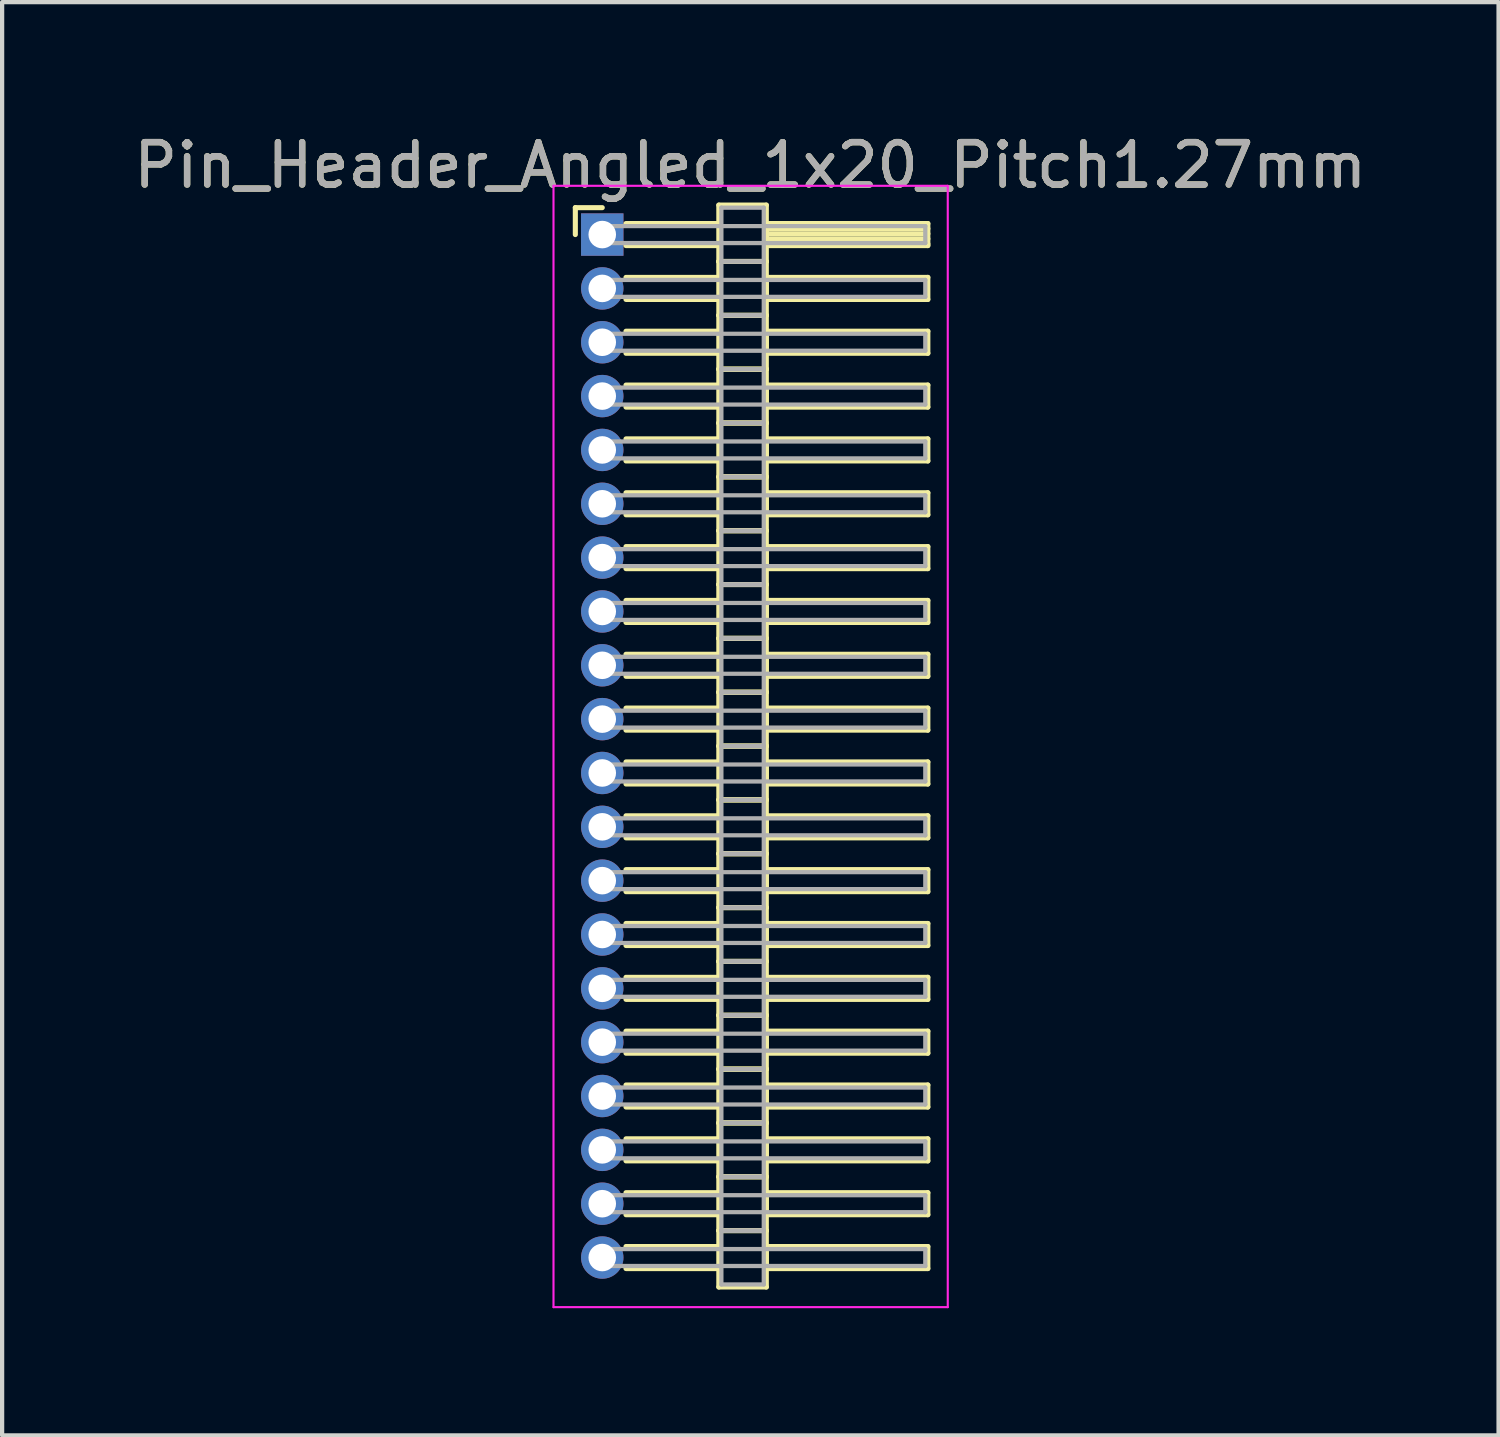
<source format=kicad_pcb>
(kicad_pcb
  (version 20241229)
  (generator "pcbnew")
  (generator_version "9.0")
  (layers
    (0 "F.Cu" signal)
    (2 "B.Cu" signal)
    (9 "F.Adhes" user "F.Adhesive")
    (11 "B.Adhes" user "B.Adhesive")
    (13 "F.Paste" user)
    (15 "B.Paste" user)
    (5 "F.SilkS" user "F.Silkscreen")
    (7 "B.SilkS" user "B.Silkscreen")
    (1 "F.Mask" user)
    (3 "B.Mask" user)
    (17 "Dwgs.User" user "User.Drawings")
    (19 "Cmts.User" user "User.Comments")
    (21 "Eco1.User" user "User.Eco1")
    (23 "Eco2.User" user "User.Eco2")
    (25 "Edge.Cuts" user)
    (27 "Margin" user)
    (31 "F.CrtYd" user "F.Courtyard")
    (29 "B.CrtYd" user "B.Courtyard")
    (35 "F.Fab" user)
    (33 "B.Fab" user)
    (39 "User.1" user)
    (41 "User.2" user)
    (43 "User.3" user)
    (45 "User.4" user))
  (footprint "Pin_Header_Angled_1x20_Pitch1.27mm"
    (layer "F.Cu")
    (at 11.156 2.483)
    (property "Reference" "Pin_Header_Angled_1x20_Pitch1.27mm" (at 3.493 -1.635 0) (layer "F.SilkS") (effects (font (size 1 1) (thickness 0.15))))
    (attr through_hole)
    (fp_line (start -0.635 -0.635) (end 0 -0.635) (stroke (width 0.12) (type solid)) (layer "F.SilkS"))
    (fp_line (start -0.635 0) (end -0.635 -0.635) (stroke (width 0.12) (type solid)) (layer "F.SilkS"))
    (fp_line (start 0.56 -0.26) (end 2.75 -0.26) (stroke (width 0.12) (type solid)) (layer "F.SilkS"))
    (fp_line (start 0.56 0.26) (end 2.75 0.26) (stroke (width 0.12) (type solid)) (layer "F.SilkS"))
    (fp_line (start 0.56 1.01) (end 2.75 1.01) (stroke (width 0.12) (type solid)) (layer "F.SilkS"))
    (fp_line (start 0.56 1.53) (end 2.75 1.53) (stroke (width 0.12) (type solid)) (layer "F.SilkS"))
    (fp_line (start 0.56 2.28) (end 2.75 2.28) (stroke (width 0.12) (type solid)) (layer "F.SilkS"))
    (fp_line (start 0.56 2.8) (end 2.75 2.8) (stroke (width 0.12) (type solid)) (layer "F.SilkS"))
    (fp_line (start 0.56 3.55) (end 2.75 3.55) (stroke (width 0.12) (type solid)) (layer "F.SilkS"))
    (fp_line (start 0.56 4.07) (end 2.75 4.07) (stroke (width 0.12) (type solid)) (layer "F.SilkS"))
    (fp_line (start 0.56 4.82) (end 2.75 4.82) (stroke (width 0.12) (type solid)) (layer "F.SilkS"))
    (fp_line (start 0.56 5.34) (end 2.75 5.34) (stroke (width 0.12) (type solid)) (layer "F.SilkS"))
    (fp_line (start 0.56 6.09) (end 2.75 6.09) (stroke (width 0.12) (type solid)) (layer "F.SilkS"))
    (fp_line (start 0.56 6.61) (end 2.75 6.61) (stroke (width 0.12) (type solid)) (layer "F.SilkS"))
    (fp_line (start 0.56 7.36) (end 2.75 7.36) (stroke (width 0.12) (type solid)) (layer "F.SilkS"))
    (fp_line (start 0.56 7.88) (end 2.75 7.88) (stroke (width 0.12) (type solid)) (layer "F.SilkS"))
    (fp_line (start 0.56 8.63) (end 2.75 8.63) (stroke (width 0.12) (type solid)) (layer "F.SilkS"))
    (fp_line (start 0.56 9.15) (end 2.75 9.15) (stroke (width 0.12) (type solid)) (layer "F.SilkS"))
    (fp_line (start 0.56 9.9) (end 2.75 9.9) (stroke (width 0.12) (type solid)) (layer "F.SilkS"))
    (fp_line (start 0.56 10.42) (end 2.75 10.42) (stroke (width 0.12) (type solid)) (layer "F.SilkS"))
    (fp_line (start 0.56 11.17) (end 2.75 11.17) (stroke (width 0.12) (type solid)) (layer "F.SilkS"))
    (fp_line (start 0.56 11.69) (end 2.75 11.69) (stroke (width 0.12) (type solid)) (layer "F.SilkS"))
    (fp_line (start 0.56 12.44) (end 2.75 12.44) (stroke (width 0.12) (type solid)) (layer "F.SilkS"))
    (fp_line (start 0.56 12.96) (end 2.75 12.96) (stroke (width 0.12) (type solid)) (layer "F.SilkS"))
    (fp_line (start 0.56 13.71) (end 2.75 13.71) (stroke (width 0.12) (type solid)) (layer "F.SilkS"))
    (fp_line (start 0.56 14.23) (end 2.75 14.23) (stroke (width 0.12) (type solid)) (layer "F.SilkS"))
    (fp_line (start 0.56 14.98) (end 2.75 14.98) (stroke (width 0.12) (type solid)) (layer "F.SilkS"))
    (fp_line (start 0.56 15.5) (end 2.75 15.5) (stroke (width 0.12) (type solid)) (layer "F.SilkS"))
    (fp_line (start 0.56 16.25) (end 2.75 16.25) (stroke (width 0.12) (type solid)) (layer "F.SilkS"))
    (fp_line (start 0.56 16.77) (end 2.75 16.77) (stroke (width 0.12) (type solid)) (layer "F.SilkS"))
    (fp_line (start 0.56 17.52) (end 2.75 17.52) (stroke (width 0.12) (type solid)) (layer "F.SilkS"))
    (fp_line (start 0.56 18.04) (end 2.75 18.04) (stroke (width 0.12) (type solid)) (layer "F.SilkS"))
    (fp_line (start 0.56 18.79) (end 2.75 18.79) (stroke (width 0.12) (type solid)) (layer "F.SilkS"))
    (fp_line (start 0.56 19.31) (end 2.75 19.31) (stroke (width 0.12) (type solid)) (layer "F.SilkS"))
    (fp_line (start 0.56 20.06) (end 2.75 20.06) (stroke (width 0.12) (type solid)) (layer "F.SilkS"))
    (fp_line (start 0.56 20.58) (end 2.75 20.58) (stroke (width 0.12) (type solid)) (layer "F.SilkS"))
    (fp_line (start 0.56 21.33) (end 2.75 21.33) (stroke (width 0.12) (type solid)) (layer "F.SilkS"))
    (fp_line (start 0.56 21.85) (end 2.75 21.85) (stroke (width 0.12) (type solid)) (layer "F.SilkS"))
    (fp_line (start 0.56 22.6) (end 2.75 22.6) (stroke (width 0.12) (type solid)) (layer "F.SilkS"))
    (fp_line (start 0.56 23.12) (end 2.75 23.12) (stroke (width 0.12) (type solid)) (layer "F.SilkS"))
    (fp_line (start 0.56 23.87) (end 2.75 23.87) (stroke (width 0.12) (type solid)) (layer "F.SilkS"))
    (fp_line (start 0.56 24.39) (end 2.75 24.39) (stroke (width 0.12) (type solid)) (layer "F.SilkS"))
    (fp_line (start 2.75 -0.695) (end 2.75 0.635) (stroke (width 0.12) (type solid)) (layer "F.SilkS"))
    (fp_line (start 2.75 0.635) (end 2.75 1.905) (stroke (width 0.12) (type solid)) (layer "F.SilkS"))
    (fp_line (start 2.75 0.635) (end 3.87 0.635) (stroke (width 0.12) (type solid)) (layer "F.SilkS"))
    (fp_line (start 2.75 1.905) (end 2.75 3.175) (stroke (width 0.12) (type solid)) (layer "F.SilkS"))
    (fp_line (start 2.75 1.905) (end 3.87 1.905) (stroke (width 0.12) (type solid)) (layer "F.SilkS"))
    (fp_line (start 2.75 3.175) (end 2.75 4.445) (stroke (width 0.12) (type solid)) (layer "F.SilkS"))
    (fp_line (start 2.75 3.175) (end 3.87 3.175) (stroke (width 0.12) (type solid)) (layer "F.SilkS"))
    (fp_line (start 2.75 4.445) (end 2.75 5.715) (stroke (width 0.12) (type solid)) (layer "F.SilkS"))
    (fp_line (start 2.75 4.445) (end 3.87 4.445) (stroke (width 0.12) (type solid)) (layer "F.SilkS"))
    (fp_line (start 2.75 5.715) (end 2.75 6.985) (stroke (width 0.12) (type solid)) (layer "F.SilkS"))
    (fp_line (start 2.75 5.715) (end 3.87 5.715) (stroke (width 0.12) (type solid)) (layer "F.SilkS"))
    (fp_line (start 2.75 6.985) (end 2.75 8.255) (stroke (width 0.12) (type solid)) (layer "F.SilkS"))
    (fp_line (start 2.75 6.985) (end 3.87 6.985) (stroke (width 0.12) (type solid)) (layer "F.SilkS"))
    (fp_line (start 2.75 8.255) (end 2.75 9.525) (stroke (width 0.12) (type solid)) (layer "F.SilkS"))
    (fp_line (start 2.75 8.255) (end 3.87 8.255) (stroke (width 0.12) (type solid)) (layer "F.SilkS"))
    (fp_line (start 2.75 9.525) (end 2.75 10.795) (stroke (width 0.12) (type solid)) (layer "F.SilkS"))
    (fp_line (start 2.75 9.525) (end 3.87 9.525) (stroke (width 0.12) (type solid)) (layer "F.SilkS"))
    (fp_line (start 2.75 10.795) (end 2.75 12.065) (stroke (width 0.12) (type solid)) (layer "F.SilkS"))
    (fp_line (start 2.75 10.795) (end 3.87 10.795) (stroke (width 0.12) (type solid)) (layer "F.SilkS"))
    (fp_line (start 2.75 12.065) (end 2.75 13.335) (stroke (width 0.12) (type solid)) (layer "F.SilkS"))
    (fp_line (start 2.75 12.065) (end 3.87 12.065) (stroke (width 0.12) (type solid)) (layer "F.SilkS"))
    (fp_line (start 2.75 13.335) (end 2.75 14.605) (stroke (width 0.12) (type solid)) (layer "F.SilkS"))
    (fp_line (start 2.75 13.335) (end 3.87 13.335) (stroke (width 0.12) (type solid)) (layer "F.SilkS"))
    (fp_line (start 2.75 14.605) (end 2.75 15.875) (stroke (width 0.12) (type solid)) (layer "F.SilkS"))
    (fp_line (start 2.75 14.605) (end 3.87 14.605) (stroke (width 0.12) (type solid)) (layer "F.SilkS"))
    (fp_line (start 2.75 15.875) (end 2.75 17.145) (stroke (width 0.12) (type solid)) (layer "F.SilkS"))
    (fp_line (start 2.75 15.875) (end 3.87 15.875) (stroke (width 0.12) (type solid)) (layer "F.SilkS"))
    (fp_line (start 2.75 17.145) (end 2.75 18.415) (stroke (width 0.12) (type solid)) (layer "F.SilkS"))
    (fp_line (start 2.75 17.145) (end 3.87 17.145) (stroke (width 0.12) (type solid)) (layer "F.SilkS"))
    (fp_line (start 2.75 18.415) (end 2.75 19.685) (stroke (width 0.12) (type solid)) (layer "F.SilkS"))
    (fp_line (start 2.75 18.415) (end 3.87 18.415) (stroke (width 0.12) (type solid)) (layer "F.SilkS"))
    (fp_line (start 2.75 19.685) (end 2.75 20.955) (stroke (width 0.12) (type solid)) (layer "F.SilkS"))
    (fp_line (start 2.75 19.685) (end 3.87 19.685) (stroke (width 0.12) (type solid)) (layer "F.SilkS"))
    (fp_line (start 2.75 20.955) (end 2.75 22.225) (stroke (width 0.12) (type solid)) (layer "F.SilkS"))
    (fp_line (start 2.75 20.955) (end 3.87 20.955) (stroke (width 0.12) (type solid)) (layer "F.SilkS"))
    (fp_line (start 2.75 22.225) (end 2.75 23.495) (stroke (width 0.12) (type solid)) (layer "F.SilkS"))
    (fp_line (start 2.75 22.225) (end 3.87 22.225) (stroke (width 0.12) (type solid)) (layer "F.SilkS"))
    (fp_line (start 2.75 23.495) (end 2.75 24.825) (stroke (width 0.12) (type solid)) (layer "F.SilkS"))
    (fp_line (start 2.75 23.495) (end 3.87 23.495) (stroke (width 0.12) (type solid)) (layer "F.SilkS"))
    (fp_line (start 2.75 24.825) (end 3.87 24.825) (stroke (width 0.12) (type solid)) (layer "F.SilkS"))
    (fp_line (start 3.87 -0.695) (end 2.75 -0.695) (stroke (width 0.12) (type solid)) (layer "F.SilkS"))
    (fp_line (start 3.87 -0.26) (end 3.87 0.26) (stroke (width 0.12) (type solid)) (layer "F.SilkS"))
    (fp_line (start 3.87 -0.14) (end 7.68 -0.14) (stroke (width 0.12) (type solid)) (layer "F.SilkS"))
    (fp_line (start 3.87 -0.02) (end 7.68 -0.02) (stroke (width 0.12) (type solid)) (layer "F.SilkS"))
    (fp_line (start 3.87 0.1) (end 7.68 0.1) (stroke (width 0.12) (type solid)) (layer "F.SilkS"))
    (fp_line (start 3.87 0.22) (end 7.68 0.22) (stroke (width 0.12) (type solid)) (layer "F.SilkS"))
    (fp_line (start 3.87 0.26) (end 7.68 0.26) (stroke (width 0.12) (type solid)) (layer "F.SilkS"))
    (fp_line (start 3.87 0.635) (end 2.75 0.635) (stroke (width 0.12) (type solid)) (layer "F.SilkS"))
    (fp_line (start 3.87 0.635) (end 3.87 -0.695) (stroke (width 0.12) (type solid)) (layer "F.SilkS"))
    (fp_line (start 3.87 1.01) (end 3.87 1.53) (stroke (width 0.12) (type solid)) (layer "F.SilkS"))
    (fp_line (start 3.87 1.53) (end 7.68 1.53) (stroke (width 0.12) (type solid)) (layer "F.SilkS"))
    (fp_line (start 3.87 1.905) (end 2.75 1.905) (stroke (width 0.12) (type solid)) (layer "F.SilkS"))
    (fp_line (start 3.87 1.905) (end 3.87 0.635) (stroke (width 0.12) (type solid)) (layer "F.SilkS"))
    (fp_line (start 3.87 2.28) (end 3.87 2.8) (stroke (width 0.12) (type solid)) (layer "F.SilkS"))
    (fp_line (start 3.87 2.8) (end 7.68 2.8) (stroke (width 0.12) (type solid)) (layer "F.SilkS"))
    (fp_line (start 3.87 3.175) (end 2.75 3.175) (stroke (width 0.12) (type solid)) (layer "F.SilkS"))
    (fp_line (start 3.87 3.175) (end 3.87 1.905) (stroke (width 0.12) (type solid)) (layer "F.SilkS"))
    (fp_line (start 3.87 3.55) (end 3.87 4.07) (stroke (width 0.12) (type solid)) (layer "F.SilkS"))
    (fp_line (start 3.87 4.07) (end 7.68 4.07) (stroke (width 0.12) (type solid)) (layer "F.SilkS"))
    (fp_line (start 3.87 4.445) (end 2.75 4.445) (stroke (width 0.12) (type solid)) (layer "F.SilkS"))
    (fp_line (start 3.87 4.445) (end 3.87 3.175) (stroke (width 0.12) (type solid)) (layer "F.SilkS"))
    (fp_line (start 3.87 4.82) (end 3.87 5.34) (stroke (width 0.12) (type solid)) (layer "F.SilkS"))
    (fp_line (start 3.87 5.34) (end 7.68 5.34) (stroke (width 0.12) (type solid)) (layer "F.SilkS"))
    (fp_line (start 3.87 5.715) (end 2.75 5.715) (stroke (width 0.12) (type solid)) (layer "F.SilkS"))
    (fp_line (start 3.87 5.715) (end 3.87 4.445) (stroke (width 0.12) (type solid)) (layer "F.SilkS"))
    (fp_line (start 3.87 6.09) (end 3.87 6.61) (stroke (width 0.12) (type solid)) (layer "F.SilkS"))
    (fp_line (start 3.87 6.61) (end 7.68 6.61) (stroke (width 0.12) (type solid)) (layer "F.SilkS"))
    (fp_line (start 3.87 6.985) (end 2.75 6.985) (stroke (width 0.12) (type solid)) (layer "F.SilkS"))
    (fp_line (start 3.87 6.985) (end 3.87 5.715) (stroke (width 0.12) (type solid)) (layer "F.SilkS"))
    (fp_line (start 3.87 7.36) (end 3.87 7.88) (stroke (width 0.12) (type solid)) (layer "F.SilkS"))
    (fp_line (start 3.87 7.88) (end 7.68 7.88) (stroke (width 0.12) (type solid)) (layer "F.SilkS"))
    (fp_line (start 3.87 8.255) (end 2.75 8.255) (stroke (width 0.12) (type solid)) (layer "F.SilkS"))
    (fp_line (start 3.87 8.255) (end 3.87 6.985) (stroke (width 0.12) (type solid)) (layer "F.SilkS"))
    (fp_line (start 3.87 8.63) (end 3.87 9.15) (stroke (width 0.12) (type solid)) (layer "F.SilkS"))
    (fp_line (start 3.87 9.15) (end 7.68 9.15) (stroke (width 0.12) (type solid)) (layer "F.SilkS"))
    (fp_line (start 3.87 9.525) (end 2.75 9.525) (stroke (width 0.12) (type solid)) (layer "F.SilkS"))
    (fp_line (start 3.87 9.525) (end 3.87 8.255) (stroke (width 0.12) (type solid)) (layer "F.SilkS"))
    (fp_line (start 3.87 9.9) (end 3.87 10.42) (stroke (width 0.12) (type solid)) (layer "F.SilkS"))
    (fp_line (start 3.87 10.42) (end 7.68 10.42) (stroke (width 0.12) (type solid)) (layer "F.SilkS"))
    (fp_line (start 3.87 10.795) (end 2.75 10.795) (stroke (width 0.12) (type solid)) (layer "F.SilkS"))
    (fp_line (start 3.87 10.795) (end 3.87 9.525) (stroke (width 0.12) (type solid)) (layer "F.SilkS"))
    (fp_line (start 3.87 11.17) (end 3.87 11.69) (stroke (width 0.12) (type solid)) (layer "F.SilkS"))
    (fp_line (start 3.87 11.69) (end 7.68 11.69) (stroke (width 0.12) (type solid)) (layer "F.SilkS"))
    (fp_line (start 3.87 12.065) (end 2.75 12.065) (stroke (width 0.12) (type solid)) (layer "F.SilkS"))
    (fp_line (start 3.87 12.065) (end 3.87 10.795) (stroke (width 0.12) (type solid)) (layer "F.SilkS"))
    (fp_line (start 3.87 12.44) (end 3.87 12.96) (stroke (width 0.12) (type solid)) (layer "F.SilkS"))
    (fp_line (start 3.87 12.96) (end 7.68 12.96) (stroke (width 0.12) (type solid)) (layer "F.SilkS"))
    (fp_line (start 3.87 13.335) (end 2.75 13.335) (stroke (width 0.12) (type solid)) (layer "F.SilkS"))
    (fp_line (start 3.87 13.335) (end 3.87 12.065) (stroke (width 0.12) (type solid)) (layer "F.SilkS"))
    (fp_line (start 3.87 13.71) (end 3.87 14.23) (stroke (width 0.12) (type solid)) (layer "F.SilkS"))
    (fp_line (start 3.87 14.23) (end 7.68 14.23) (stroke (width 0.12) (type solid)) (layer "F.SilkS"))
    (fp_line (start 3.87 14.605) (end 2.75 14.605) (stroke (width 0.12) (type solid)) (layer "F.SilkS"))
    (fp_line (start 3.87 14.605) (end 3.87 13.335) (stroke (width 0.12) (type solid)) (layer "F.SilkS"))
    (fp_line (start 3.87 14.98) (end 3.87 15.5) (stroke (width 0.12) (type solid)) (layer "F.SilkS"))
    (fp_line (start 3.87 15.5) (end 7.68 15.5) (stroke (width 0.12) (type solid)) (layer "F.SilkS"))
    (fp_line (start 3.87 15.875) (end 2.75 15.875) (stroke (width 0.12) (type solid)) (layer "F.SilkS"))
    (fp_line (start 3.87 15.875) (end 3.87 14.605) (stroke (width 0.12) (type solid)) (layer "F.SilkS"))
    (fp_line (start 3.87 16.25) (end 3.87 16.77) (stroke (width 0.12) (type solid)) (layer "F.SilkS"))
    (fp_line (start 3.87 16.77) (end 7.68 16.77) (stroke (width 0.12) (type solid)) (layer "F.SilkS"))
    (fp_line (start 3.87 17.145) (end 2.75 17.145) (stroke (width 0.12) (type solid)) (layer "F.SilkS"))
    (fp_line (start 3.87 17.145) (end 3.87 15.875) (stroke (width 0.12) (type solid)) (layer "F.SilkS"))
    (fp_line (start 3.87 17.52) (end 3.87 18.04) (stroke (width 0.12) (type solid)) (layer "F.SilkS"))
    (fp_line (start 3.87 18.04) (end 7.68 18.04) (stroke (width 0.12) (type solid)) (layer "F.SilkS"))
    (fp_line (start 3.87 18.415) (end 2.75 18.415) (stroke (width 0.12) (type solid)) (layer "F.SilkS"))
    (fp_line (start 3.87 18.415) (end 3.87 17.145) (stroke (width 0.12) (type solid)) (layer "F.SilkS"))
    (fp_line (start 3.87 18.79) (end 3.87 19.31) (stroke (width 0.12) (type solid)) (layer "F.SilkS"))
    (fp_line (start 3.87 19.31) (end 7.68 19.31) (stroke (width 0.12) (type solid)) (layer "F.SilkS"))
    (fp_line (start 3.87 19.685) (end 2.75 19.685) (stroke (width 0.12) (type solid)) (layer "F.SilkS"))
    (fp_line (start 3.87 19.685) (end 3.87 18.415) (stroke (width 0.12) (type solid)) (layer "F.SilkS"))
    (fp_line (start 3.87 20.06) (end 3.87 20.58) (stroke (width 0.12) (type solid)) (layer "F.SilkS"))
    (fp_line (start 3.87 20.58) (end 7.68 20.58) (stroke (width 0.12) (type solid)) (layer "F.SilkS"))
    (fp_line (start 3.87 20.955) (end 2.75 20.955) (stroke (width 0.12) (type solid)) (layer "F.SilkS"))
    (fp_line (start 3.87 20.955) (end 3.87 19.685) (stroke (width 0.12) (type solid)) (layer "F.SilkS"))
    (fp_line (start 3.87 21.33) (end 3.87 21.85) (stroke (width 0.12) (type solid)) (layer "F.SilkS"))
    (fp_line (start 3.87 21.85) (end 7.68 21.85) (stroke (width 0.12) (type solid)) (layer "F.SilkS"))
    (fp_line (start 3.87 22.225) (end 2.75 22.225) (stroke (width 0.12) (type solid)) (layer "F.SilkS"))
    (fp_line (start 3.87 22.225) (end 3.87 20.955) (stroke (width 0.12) (type solid)) (layer "F.SilkS"))
    (fp_line (start 3.87 22.6) (end 3.87 23.12) (stroke (width 0.12) (type solid)) (layer "F.SilkS"))
    (fp_line (start 3.87 23.12) (end 7.68 23.12) (stroke (width 0.12) (type solid)) (layer "F.SilkS"))
    (fp_line (start 3.87 23.495) (end 2.75 23.495) (stroke (width 0.12) (type solid)) (layer "F.SilkS"))
    (fp_line (start 3.87 23.495) (end 3.87 22.225) (stroke (width 0.12) (type solid)) (layer "F.SilkS"))
    (fp_line (start 3.87 23.87) (end 3.87 24.39) (stroke (width 0.12) (type solid)) (layer "F.SilkS"))
    (fp_line (start 3.87 24.39) (end 7.68 24.39) (stroke (width 0.12) (type solid)) (layer "F.SilkS"))
    (fp_line (start 3.87 24.825) (end 3.87 23.495) (stroke (width 0.12) (type solid)) (layer "F.SilkS"))
    (fp_line (start 7.68 -0.26) (end 3.87 -0.26) (stroke (width 0.12) (type solid)) (layer "F.SilkS"))
    (fp_line (start 7.68 0.26) (end 7.68 -0.26) (stroke (width 0.12) (type solid)) (layer "F.SilkS"))
    (fp_line (start 7.68 1.01) (end 3.87 1.01) (stroke (width 0.12) (type solid)) (layer "F.SilkS"))
    (fp_line (start 7.68 1.53) (end 7.68 1.01) (stroke (width 0.12) (type solid)) (layer "F.SilkS"))
    (fp_line (start 7.68 2.28) (end 3.87 2.28) (stroke (width 0.12) (type solid)) (layer "F.SilkS"))
    (fp_line (start 7.68 2.8) (end 7.68 2.28) (stroke (width 0.12) (type solid)) (layer "F.SilkS"))
    (fp_line (start 7.68 3.55) (end 3.87 3.55) (stroke (width 0.12) (type solid)) (layer "F.SilkS"))
    (fp_line (start 7.68 4.07) (end 7.68 3.55) (stroke (width 0.12) (type solid)) (layer "F.SilkS"))
    (fp_line (start 7.68 4.82) (end 3.87 4.82) (stroke (width 0.12) (type solid)) (layer "F.SilkS"))
    (fp_line (start 7.68 5.34) (end 7.68 4.82) (stroke (width 0.12) (type solid)) (layer "F.SilkS"))
    (fp_line (start 7.68 6.09) (end 3.87 6.09) (stroke (width 0.12) (type solid)) (layer "F.SilkS"))
    (fp_line (start 7.68 6.61) (end 7.68 6.09) (stroke (width 0.12) (type solid)) (layer "F.SilkS"))
    (fp_line (start 7.68 7.36) (end 3.87 7.36) (stroke (width 0.12) (type solid)) (layer "F.SilkS"))
    (fp_line (start 7.68 7.88) (end 7.68 7.36) (stroke (width 0.12) (type solid)) (layer "F.SilkS"))
    (fp_line (start 7.68 8.63) (end 3.87 8.63) (stroke (width 0.12) (type solid)) (layer "F.SilkS"))
    (fp_line (start 7.68 9.15) (end 7.68 8.63) (stroke (width 0.12) (type solid)) (layer "F.SilkS"))
    (fp_line (start 7.68 9.9) (end 3.87 9.9) (stroke (width 0.12) (type solid)) (layer "F.SilkS"))
    (fp_line (start 7.68 10.42) (end 7.68 9.9) (stroke (width 0.12) (type solid)) (layer "F.SilkS"))
    (fp_line (start 7.68 11.17) (end 3.87 11.17) (stroke (width 0.12) (type solid)) (layer "F.SilkS"))
    (fp_line (start 7.68 11.69) (end 7.68 11.17) (stroke (width 0.12) (type solid)) (layer "F.SilkS"))
    (fp_line (start 7.68 12.44) (end 3.87 12.44) (stroke (width 0.12) (type solid)) (layer "F.SilkS"))
    (fp_line (start 7.68 12.96) (end 7.68 12.44) (stroke (width 0.12) (type solid)) (layer "F.SilkS"))
    (fp_line (start 7.68 13.71) (end 3.87 13.71) (stroke (width 0.12) (type solid)) (layer "F.SilkS"))
    (fp_line (start 7.68 14.23) (end 7.68 13.71) (stroke (width 0.12) (type solid)) (layer "F.SilkS"))
    (fp_line (start 7.68 14.98) (end 3.87 14.98) (stroke (width 0.12) (type solid)) (layer "F.SilkS"))
    (fp_line (start 7.68 15.5) (end 7.68 14.98) (stroke (width 0.12) (type solid)) (layer "F.SilkS"))
    (fp_line (start 7.68 16.25) (end 3.87 16.25) (stroke (width 0.12) (type solid)) (layer "F.SilkS"))
    (fp_line (start 7.68 16.77) (end 7.68 16.25) (stroke (width 0.12) (type solid)) (layer "F.SilkS"))
    (fp_line (start 7.68 17.52) (end 3.87 17.52) (stroke (width 0.12) (type solid)) (layer "F.SilkS"))
    (fp_line (start 7.68 18.04) (end 7.68 17.52) (stroke (width 0.12) (type solid)) (layer "F.SilkS"))
    (fp_line (start 7.68 18.79) (end 3.87 18.79) (stroke (width 0.12) (type solid)) (layer "F.SilkS"))
    (fp_line (start 7.68 19.31) (end 7.68 18.79) (stroke (width 0.12) (type solid)) (layer "F.SilkS"))
    (fp_line (start 7.68 20.06) (end 3.87 20.06) (stroke (width 0.12) (type solid)) (layer "F.SilkS"))
    (fp_line (start 7.68 20.58) (end 7.68 20.06) (stroke (width 0.12) (type solid)) (layer "F.SilkS"))
    (fp_line (start 7.68 21.33) (end 3.87 21.33) (stroke (width 0.12) (type solid)) (layer "F.SilkS"))
    (fp_line (start 7.68 21.85) (end 7.68 21.33) (stroke (width 0.12) (type solid)) (layer "F.SilkS"))
    (fp_line (start 7.68 22.6) (end 3.87 22.6) (stroke (width 0.12) (type solid)) (layer "F.SilkS"))
    (fp_line (start 7.68 23.12) (end 7.68 22.6) (stroke (width 0.12) (type solid)) (layer "F.SilkS"))
    (fp_line (start 7.68 23.87) (end 3.87 23.87) (stroke (width 0.12) (type solid)) (layer "F.SilkS"))
    (fp_line (start 7.68 24.39) (end 7.68 23.87) (stroke (width 0.12) (type solid)) (layer "F.SilkS"))
    (fp_line (start -1.15 -1.15) (end -1.15 25.3) (stroke (width 0.05) (type solid)) (layer "F.CrtYd"))
    (fp_line (start -1.15 25.3) (end 8.15 25.3) (stroke (width 0.05) (type solid)) (layer "F.CrtYd"))
    (fp_line (start 8.15 -1.15) (end -1.15 -1.15) (stroke (width 0.05) (type solid)) (layer "F.CrtYd"))
    (fp_line (start 8.15 25.3) (end 8.15 -1.15) (stroke (width 0.05) (type solid)) (layer "F.CrtYd"))
    (fp_line (start 0 -0.2) (end 0 0.2) (stroke (width 0.1) (type solid)) (layer "F.Fab"))
    (fp_line (start 0 0.2) (end 7.62 0.2) (stroke (width 0.1) (type solid)) (layer "F.Fab"))
    (fp_line (start 0 1.07) (end 0 1.47) (stroke (width 0.1) (type solid)) (layer "F.Fab"))
    (fp_line (start 0 1.47) (end 7.62 1.47) (stroke (width 0.1) (type solid)) (layer "F.Fab"))
    (fp_line (start 0 2.34) (end 0 2.74) (stroke (width 0.1) (type solid)) (layer "F.Fab"))
    (fp_line (start 0 2.74) (end 7.62 2.74) (stroke (width 0.1) (type solid)) (layer "F.Fab"))
    (fp_line (start 0 3.61) (end 0 4.01) (stroke (width 0.1) (type solid)) (layer "F.Fab"))
    (fp_line (start 0 4.01) (end 7.62 4.01) (stroke (width 0.1) (type solid)) (layer "F.Fab"))
    (fp_line (start 0 4.88) (end 0 5.28) (stroke (width 0.1) (type solid)) (layer "F.Fab"))
    (fp_line (start 0 5.28) (end 7.62 5.28) (stroke (width 0.1) (type solid)) (layer "F.Fab"))
    (fp_line (start 0 6.15) (end 0 6.55) (stroke (width 0.1) (type solid)) (layer "F.Fab"))
    (fp_line (start 0 6.55) (end 7.62 6.55) (stroke (width 0.1) (type solid)) (layer "F.Fab"))
    (fp_line (start 0 7.42) (end 0 7.82) (stroke (width 0.1) (type solid)) (layer "F.Fab"))
    (fp_line (start 0 7.82) (end 7.62 7.82) (stroke (width 0.1) (type solid)) (layer "F.Fab"))
    (fp_line (start 0 8.69) (end 0 9.09) (stroke (width 0.1) (type solid)) (layer "F.Fab"))
    (fp_line (start 0 9.09) (end 7.62 9.09) (stroke (width 0.1) (type solid)) (layer "F.Fab"))
    (fp_line (start 0 9.96) (end 0 10.36) (stroke (width 0.1) (type solid)) (layer "F.Fab"))
    (fp_line (start 0 10.36) (end 7.62 10.36) (stroke (width 0.1) (type solid)) (layer "F.Fab"))
    (fp_line (start 0 11.23) (end 0 11.63) (stroke (width 0.1) (type solid)) (layer "F.Fab"))
    (fp_line (start 0 11.63) (end 7.62 11.63) (stroke (width 0.1) (type solid)) (layer "F.Fab"))
    (fp_line (start 0 12.5) (end 0 12.9) (stroke (width 0.1) (type solid)) (layer "F.Fab"))
    (fp_line (start 0 12.9) (end 7.62 12.9) (stroke (width 0.1) (type solid)) (layer "F.Fab"))
    (fp_line (start 0 13.77) (end 0 14.17) (stroke (width 0.1) (type solid)) (layer "F.Fab"))
    (fp_line (start 0 14.17) (end 7.62 14.17) (stroke (width 0.1) (type solid)) (layer "F.Fab"))
    (fp_line (start 0 15.04) (end 0 15.44) (stroke (width 0.1) (type solid)) (layer "F.Fab"))
    (fp_line (start 0 15.44) (end 7.62 15.44) (stroke (width 0.1) (type solid)) (layer "F.Fab"))
    (fp_line (start 0 16.31) (end 0 16.71) (stroke (width 0.1) (type solid)) (layer "F.Fab"))
    (fp_line (start 0 16.71) (end 7.62 16.71) (stroke (width 0.1) (type solid)) (layer "F.Fab"))
    (fp_line (start 0 17.58) (end 0 17.98) (stroke (width 0.1) (type solid)) (layer "F.Fab"))
    (fp_line (start 0 17.98) (end 7.62 17.98) (stroke (width 0.1) (type solid)) (layer "F.Fab"))
    (fp_line (start 0 18.85) (end 0 19.25) (stroke (width 0.1) (type solid)) (layer "F.Fab"))
    (fp_line (start 0 19.25) (end 7.62 19.25) (stroke (width 0.1) (type solid)) (layer "F.Fab"))
    (fp_line (start 0 20.12) (end 0 20.52) (stroke (width 0.1) (type solid)) (layer "F.Fab"))
    (fp_line (start 0 20.52) (end 7.62 20.52) (stroke (width 0.1) (type solid)) (layer "F.Fab"))
    (fp_line (start 0 21.39) (end 0 21.79) (stroke (width 0.1) (type solid)) (layer "F.Fab"))
    (fp_line (start 0 21.79) (end 7.62 21.79) (stroke (width 0.1) (type solid)) (layer "F.Fab"))
    (fp_line (start 0 22.66) (end 0 23.06) (stroke (width 0.1) (type solid)) (layer "F.Fab"))
    (fp_line (start 0 23.06) (end 7.62 23.06) (stroke (width 0.1) (type solid)) (layer "F.Fab"))
    (fp_line (start 0 23.93) (end 0 24.33) (stroke (width 0.1) (type solid)) (layer "F.Fab"))
    (fp_line (start 0 24.33) (end 7.62 24.33) (stroke (width 0.1) (type solid)) (layer "F.Fab"))
    (fp_line (start 2.81 -0.635) (end 2.81 0.635) (stroke (width 0.1) (type solid)) (layer "F.Fab"))
    (fp_line (start 2.81 0.635) (end 2.81 1.905) (stroke (width 0.1) (type solid)) (layer "F.Fab"))
    (fp_line (start 2.81 0.635) (end 3.81 0.635) (stroke (width 0.1) (type solid)) (layer "F.Fab"))
    (fp_line (start 2.81 1.905) (end 2.81 3.175) (stroke (width 0.1) (type solid)) (layer "F.Fab"))
    (fp_line (start 2.81 1.905) (end 3.81 1.905) (stroke (width 0.1) (type solid)) (layer "F.Fab"))
    (fp_line (start 2.81 3.175) (end 2.81 4.445) (stroke (width 0.1) (type solid)) (layer "F.Fab"))
    (fp_line (start 2.81 3.175) (end 3.81 3.175) (stroke (width 0.1) (type solid)) (layer "F.Fab"))
    (fp_line (start 2.81 4.445) (end 2.81 5.715) (stroke (width 0.1) (type solid)) (layer "F.Fab"))
    (fp_line (start 2.81 4.445) (end 3.81 4.445) (stroke (width 0.1) (type solid)) (layer "F.Fab"))
    (fp_line (start 2.81 5.715) (end 2.81 6.985) (stroke (width 0.1) (type solid)) (layer "F.Fab"))
    (fp_line (start 2.81 5.715) (end 3.81 5.715) (stroke (width 0.1) (type solid)) (layer "F.Fab"))
    (fp_line (start 2.81 6.985) (end 2.81 8.255) (stroke (width 0.1) (type solid)) (layer "F.Fab"))
    (fp_line (start 2.81 6.985) (end 3.81 6.985) (stroke (width 0.1) (type solid)) (layer "F.Fab"))
    (fp_line (start 2.81 8.255) (end 2.81 9.525) (stroke (width 0.1) (type solid)) (layer "F.Fab"))
    (fp_line (start 2.81 8.255) (end 3.81 8.255) (stroke (width 0.1) (type solid)) (layer "F.Fab"))
    (fp_line (start 2.81 9.525) (end 2.81 10.795) (stroke (width 0.1) (type solid)) (layer "F.Fab"))
    (fp_line (start 2.81 9.525) (end 3.81 9.525) (stroke (width 0.1) (type solid)) (layer "F.Fab"))
    (fp_line (start 2.81 10.795) (end 2.81 12.065) (stroke (width 0.1) (type solid)) (layer "F.Fab"))
    (fp_line (start 2.81 10.795) (end 3.81 10.795) (stroke (width 0.1) (type solid)) (layer "F.Fab"))
    (fp_line (start 2.81 12.065) (end 2.81 13.335) (stroke (width 0.1) (type solid)) (layer "F.Fab"))
    (fp_line (start 2.81 12.065) (end 3.81 12.065) (stroke (width 0.1) (type solid)) (layer "F.Fab"))
    (fp_line (start 2.81 13.335) (end 2.81 14.605) (stroke (width 0.1) (type solid)) (layer "F.Fab"))
    (fp_line (start 2.81 13.335) (end 3.81 13.335) (stroke (width 0.1) (type solid)) (layer "F.Fab"))
    (fp_line (start 2.81 14.605) (end 2.81 15.875) (stroke (width 0.1) (type solid)) (layer "F.Fab"))
    (fp_line (start 2.81 14.605) (end 3.81 14.605) (stroke (width 0.1) (type solid)) (layer "F.Fab"))
    (fp_line (start 2.81 15.875) (end 2.81 17.145) (stroke (width 0.1) (type solid)) (layer "F.Fab"))
    (fp_line (start 2.81 15.875) (end 3.81 15.875) (stroke (width 0.1) (type solid)) (layer "F.Fab"))
    (fp_line (start 2.81 17.145) (end 2.81 18.415) (stroke (width 0.1) (type solid)) (layer "F.Fab"))
    (fp_line (start 2.81 17.145) (end 3.81 17.145) (stroke (width 0.1) (type solid)) (layer "F.Fab"))
    (fp_line (start 2.81 18.415) (end 2.81 19.685) (stroke (width 0.1) (type solid)) (layer "F.Fab"))
    (fp_line (start 2.81 18.415) (end 3.81 18.415) (stroke (width 0.1) (type solid)) (layer "F.Fab"))
    (fp_line (start 2.81 19.685) (end 2.81 20.955) (stroke (width 0.1) (type solid)) (layer "F.Fab"))
    (fp_line (start 2.81 19.685) (end 3.81 19.685) (stroke (width 0.1) (type solid)) (layer "F.Fab"))
    (fp_line (start 2.81 20.955) (end 2.81 22.225) (stroke (width 0.1) (type solid)) (layer "F.Fab"))
    (fp_line (start 2.81 20.955) (end 3.81 20.955) (stroke (width 0.1) (type solid)) (layer "F.Fab"))
    (fp_line (start 2.81 22.225) (end 2.81 23.495) (stroke (width 0.1) (type solid)) (layer "F.Fab"))
    (fp_line (start 2.81 22.225) (end 3.81 22.225) (stroke (width 0.1) (type solid)) (layer "F.Fab"))
    (fp_line (start 2.81 23.495) (end 2.81 24.765) (stroke (width 0.1) (type solid)) (layer "F.Fab"))
    (fp_line (start 2.81 23.495) (end 3.81 23.495) (stroke (width 0.1) (type solid)) (layer "F.Fab"))
    (fp_line (start 2.81 24.765) (end 3.81 24.765) (stroke (width 0.1) (type solid)) (layer "F.Fab"))
    (fp_line (start 3.81 -0.635) (end 2.81 -0.635) (stroke (width 0.1) (type solid)) (layer "F.Fab"))
    (fp_line (start 3.81 0.635) (end 2.81 0.635) (stroke (width 0.1) (type solid)) (layer "F.Fab"))
    (fp_line (start 3.81 0.635) (end 3.81 -0.635) (stroke (width 0.1) (type solid)) (layer "F.Fab"))
    (fp_line (start 3.81 1.905) (end 2.81 1.905) (stroke (width 0.1) (type solid)) (layer "F.Fab"))
    (fp_line (start 3.81 1.905) (end 3.81 0.635) (stroke (width 0.1) (type solid)) (layer "F.Fab"))
    (fp_line (start 3.81 3.175) (end 2.81 3.175) (stroke (width 0.1) (type solid)) (layer "F.Fab"))
    (fp_line (start 3.81 3.175) (end 3.81 1.905) (stroke (width 0.1) (type solid)) (layer "F.Fab"))
    (fp_line (start 3.81 4.445) (end 2.81 4.445) (stroke (width 0.1) (type solid)) (layer "F.Fab"))
    (fp_line (start 3.81 4.445) (end 3.81 3.175) (stroke (width 0.1) (type solid)) (layer "F.Fab"))
    (fp_line (start 3.81 5.715) (end 2.81 5.715) (stroke (width 0.1) (type solid)) (layer "F.Fab"))
    (fp_line (start 3.81 5.715) (end 3.81 4.445) (stroke (width 0.1) (type solid)) (layer "F.Fab"))
    (fp_line (start 3.81 6.985) (end 2.81 6.985) (stroke (width 0.1) (type solid)) (layer "F.Fab"))
    (fp_line (start 3.81 6.985) (end 3.81 5.715) (stroke (width 0.1) (type solid)) (layer "F.Fab"))
    (fp_line (start 3.81 8.255) (end 2.81 8.255) (stroke (width 0.1) (type solid)) (layer "F.Fab"))
    (fp_line (start 3.81 8.255) (end 3.81 6.985) (stroke (width 0.1) (type solid)) (layer "F.Fab"))
    (fp_line (start 3.81 9.525) (end 2.81 9.525) (stroke (width 0.1) (type solid)) (layer "F.Fab"))
    (fp_line (start 3.81 9.525) (end 3.81 8.255) (stroke (width 0.1) (type solid)) (layer "F.Fab"))
    (fp_line (start 3.81 10.795) (end 2.81 10.795) (stroke (width 0.1) (type solid)) (layer "F.Fab"))
    (fp_line (start 3.81 10.795) (end 3.81 9.525) (stroke (width 0.1) (type solid)) (layer "F.Fab"))
    (fp_line (start 3.81 12.065) (end 2.81 12.065) (stroke (width 0.1) (type solid)) (layer "F.Fab"))
    (fp_line (start 3.81 12.065) (end 3.81 10.795) (stroke (width 0.1) (type solid)) (layer "F.Fab"))
    (fp_line (start 3.81 13.335) (end 2.81 13.335) (stroke (width 0.1) (type solid)) (layer "F.Fab"))
    (fp_line (start 3.81 13.335) (end 3.81 12.065) (stroke (width 0.1) (type solid)) (layer "F.Fab"))
    (fp_line (start 3.81 14.605) (end 2.81 14.605) (stroke (width 0.1) (type solid)) (layer "F.Fab"))
    (fp_line (start 3.81 14.605) (end 3.81 13.335) (stroke (width 0.1) (type solid)) (layer "F.Fab"))
    (fp_line (start 3.81 15.875) (end 2.81 15.875) (stroke (width 0.1) (type solid)) (layer "F.Fab"))
    (fp_line (start 3.81 15.875) (end 3.81 14.605) (stroke (width 0.1) (type solid)) (layer "F.Fab"))
    (fp_line (start 3.81 17.145) (end 2.81 17.145) (stroke (width 0.1) (type solid)) (layer "F.Fab"))
    (fp_line (start 3.81 17.145) (end 3.81 15.875) (stroke (width 0.1) (type solid)) (layer "F.Fab"))
    (fp_line (start 3.81 18.415) (end 2.81 18.415) (stroke (width 0.1) (type solid)) (layer "F.Fab"))
    (fp_line (start 3.81 18.415) (end 3.81 17.145) (stroke (width 0.1) (type solid)) (layer "F.Fab"))
    (fp_line (start 3.81 19.685) (end 2.81 19.685) (stroke (width 0.1) (type solid)) (layer "F.Fab"))
    (fp_line (start 3.81 19.685) (end 3.81 18.415) (stroke (width 0.1) (type solid)) (layer "F.Fab"))
    (fp_line (start 3.81 20.955) (end 2.81 20.955) (stroke (width 0.1) (type solid)) (layer "F.Fab"))
    (fp_line (start 3.81 20.955) (end 3.81 19.685) (stroke (width 0.1) (type solid)) (layer "F.Fab"))
    (fp_line (start 3.81 22.225) (end 2.81 22.225) (stroke (width 0.1) (type solid)) (layer "F.Fab"))
    (fp_line (start 3.81 22.225) (end 3.81 20.955) (stroke (width 0.1) (type solid)) (layer "F.Fab"))
    (fp_line (start 3.81 23.495) (end 2.81 23.495) (stroke (width 0.1) (type solid)) (layer "F.Fab"))
    (fp_line (start 3.81 23.495) (end 3.81 22.225) (stroke (width 0.1) (type solid)) (layer "F.Fab"))
    (fp_line (start 3.81 24.765) (end 3.81 23.495) (stroke (width 0.1) (type solid)) (layer "F.Fab"))
    (fp_line (start 7.62 -0.2) (end 0 -0.2) (stroke (width 0.1) (type solid)) (layer "F.Fab"))
    (fp_line (start 7.62 0.2) (end 7.62 -0.2) (stroke (width 0.1) (type solid)) (layer "F.Fab"))
    (fp_line (start 7.62 1.07) (end 0 1.07) (stroke (width 0.1) (type solid)) (layer "F.Fab"))
    (fp_line (start 7.62 1.47) (end 7.62 1.07) (stroke (width 0.1) (type solid)) (layer "F.Fab"))
    (fp_line (start 7.62 2.34) (end 0 2.34) (stroke (width 0.1) (type solid)) (layer "F.Fab"))
    (fp_line (start 7.62 2.74) (end 7.62 2.34) (stroke (width 0.1) (type solid)) (layer "F.Fab"))
    (fp_line (start 7.62 3.61) (end 0 3.61) (stroke (width 0.1) (type solid)) (layer "F.Fab"))
    (fp_line (start 7.62 4.01) (end 7.62 3.61) (stroke (width 0.1) (type solid)) (layer "F.Fab"))
    (fp_line (start 7.62 4.88) (end 0 4.88) (stroke (width 0.1) (type solid)) (layer "F.Fab"))
    (fp_line (start 7.62 5.28) (end 7.62 4.88) (stroke (width 0.1) (type solid)) (layer "F.Fab"))
    (fp_line (start 7.62 6.15) (end 0 6.15) (stroke (width 0.1) (type solid)) (layer "F.Fab"))
    (fp_line (start 7.62 6.55) (end 7.62 6.15) (stroke (width 0.1) (type solid)) (layer "F.Fab"))
    (fp_line (start 7.62 7.42) (end 0 7.42) (stroke (width 0.1) (type solid)) (layer "F.Fab"))
    (fp_line (start 7.62 7.82) (end 7.62 7.42) (stroke (width 0.1) (type solid)) (layer "F.Fab"))
    (fp_line (start 7.62 8.69) (end 0 8.69) (stroke (width 0.1) (type solid)) (layer "F.Fab"))
    (fp_line (start 7.62 9.09) (end 7.62 8.69) (stroke (width 0.1) (type solid)) (layer "F.Fab"))
    (fp_line (start 7.62 9.96) (end 0 9.96) (stroke (width 0.1) (type solid)) (layer "F.Fab"))
    (fp_line (start 7.62 10.36) (end 7.62 9.96) (stroke (width 0.1) (type solid)) (layer "F.Fab"))
    (fp_line (start 7.62 11.23) (end 0 11.23) (stroke (width 0.1) (type solid)) (layer "F.Fab"))
    (fp_line (start 7.62 11.63) (end 7.62 11.23) (stroke (width 0.1) (type solid)) (layer "F.Fab"))
    (fp_line (start 7.62 12.5) (end 0 12.5) (stroke (width 0.1) (type solid)) (layer "F.Fab"))
    (fp_line (start 7.62 12.9) (end 7.62 12.5) (stroke (width 0.1) (type solid)) (layer "F.Fab"))
    (fp_line (start 7.62 13.77) (end 0 13.77) (stroke (width 0.1) (type solid)) (layer "F.Fab"))
    (fp_line (start 7.62 14.17) (end 7.62 13.77) (stroke (width 0.1) (type solid)) (layer "F.Fab"))
    (fp_line (start 7.62 15.04) (end 0 15.04) (stroke (width 0.1) (type solid)) (layer "F.Fab"))
    (fp_line (start 7.62 15.44) (end 7.62 15.04) (stroke (width 0.1) (type solid)) (layer "F.Fab"))
    (fp_line (start 7.62 16.31) (end 0 16.31) (stroke (width 0.1) (type solid)) (layer "F.Fab"))
    (fp_line (start 7.62 16.71) (end 7.62 16.31) (stroke (width 0.1) (type solid)) (layer "F.Fab"))
    (fp_line (start 7.62 17.58) (end 0 17.58) (stroke (width 0.1) (type solid)) (layer "F.Fab"))
    (fp_line (start 7.62 17.98) (end 7.62 17.58) (stroke (width 0.1) (type solid)) (layer "F.Fab"))
    (fp_line (start 7.62 18.85) (end 0 18.85) (stroke (width 0.1) (type solid)) (layer "F.Fab"))
    (fp_line (start 7.62 19.25) (end 7.62 18.85) (stroke (width 0.1) (type solid)) (layer "F.Fab"))
    (fp_line (start 7.62 20.12) (end 0 20.12) (stroke (width 0.1) (type solid)) (layer "F.Fab"))
    (fp_line (start 7.62 20.52) (end 7.62 20.12) (stroke (width 0.1) (type solid)) (layer "F.Fab"))
    (fp_line (start 7.62 21.39) (end 0 21.39) (stroke (width 0.1) (type solid)) (layer "F.Fab"))
    (fp_line (start 7.62 21.79) (end 7.62 21.39) (stroke (width 0.1) (type solid)) (layer "F.Fab"))
    (fp_line (start 7.62 22.66) (end 0 22.66) (stroke (width 0.1) (type solid)) (layer "F.Fab"))
    (fp_line (start 7.62 23.06) (end 7.62 22.66) (stroke (width 0.1) (type solid)) (layer "F.Fab"))
    (fp_line (start 7.62 23.93) (end 0 23.93) (stroke (width 0.1) (type solid)) (layer "F.Fab"))
    (fp_line (start 7.62 24.33) (end 7.62 23.93) (stroke (width 0.1) (type solid)) (layer "F.Fab"))
    (fp_text user "${REFERENCE}" (at 3.493 -1.635 0) (layer "F.Fab") (effects (font (size 1 1) (thickness 0.15))))
    (pad "1" thru_hole rect (at 0 0) (size 1 1) (drill 0.65) (layers "*.Cu" "*.Mask"))
    (pad "2" thru_hole oval (at 0 1.27) (size 1 1) (drill 0.65) (layers "*.Cu" "*.Mask"))
    (pad "3" thru_hole oval (at 0 2.54) (size 1 1) (drill 0.65) (layers "*.Cu" "*.Mask"))
    (pad "4" thru_hole oval (at 0 3.81) (size 1 1) (drill 0.65) (layers "*.Cu" "*.Mask"))
    (pad "5" thru_hole oval (at 0 5.08) (size 1 1) (drill 0.65) (layers "*.Cu" "*.Mask"))
    (pad "6" thru_hole oval (at 0 6.35) (size 1 1) (drill 0.65) (layers "*.Cu" "*.Mask"))
    (pad "7" thru_hole oval (at 0 7.62) (size 1 1) (drill 0.65) (layers "*.Cu" "*.Mask"))
    (pad "8" thru_hole oval (at 0 8.89) (size 1 1) (drill 0.65) (layers "*.Cu" "*.Mask"))
    (pad "9" thru_hole oval (at 0 10.16) (size 1 1) (drill 0.65) (layers "*.Cu" "*.Mask"))
    (pad "10" thru_hole oval (at 0 11.43) (size 1 1) (drill 0.65) (layers "*.Cu" "*.Mask"))
    (pad "11" thru_hole oval (at 0 12.7) (size 1 1) (drill 0.65) (layers "*.Cu" "*.Mask"))
    (pad "12" thru_hole oval (at 0 13.97) (size 1 1) (drill 0.65) (layers "*.Cu" "*.Mask"))
    (pad "13" thru_hole oval (at 0 15.24) (size 1 1) (drill 0.65) (layers "*.Cu" "*.Mask"))
    (pad "14" thru_hole oval (at 0 16.51) (size 1 1) (drill 0.65) (layers "*.Cu" "*.Mask"))
    (pad "15" thru_hole oval (at 0 17.78) (size 1 1) (drill 0.65) (layers "*.Cu" "*.Mask"))
    (pad "16" thru_hole oval (at 0 19.05) (size 1 1) (drill 0.65) (layers "*.Cu" "*.Mask"))
    (pad "17" thru_hole oval (at 0 20.32) (size 1 1) (drill 0.65) (layers "*.Cu" "*.Mask"))
    (pad "18" thru_hole oval (at 0 21.59) (size 1 1) (drill 0.65) (layers "*.Cu" "*.Mask"))
    (pad "19" thru_hole oval (at 0 22.86) (size 1 1) (drill 0.65) (layers "*.Cu" "*.Mask"))
    (pad "20" thru_hole oval (at 0 24.13) (size 1 1) (drill 0.65) (layers "*.Cu" "*.Mask")))
  (gr_rect
    (start -3 -3)
    (end 32.298 30.808)
    (stroke (width 0.1) (type default))
    (fill no)
    (layer "Edge.Cuts")))
</source>
